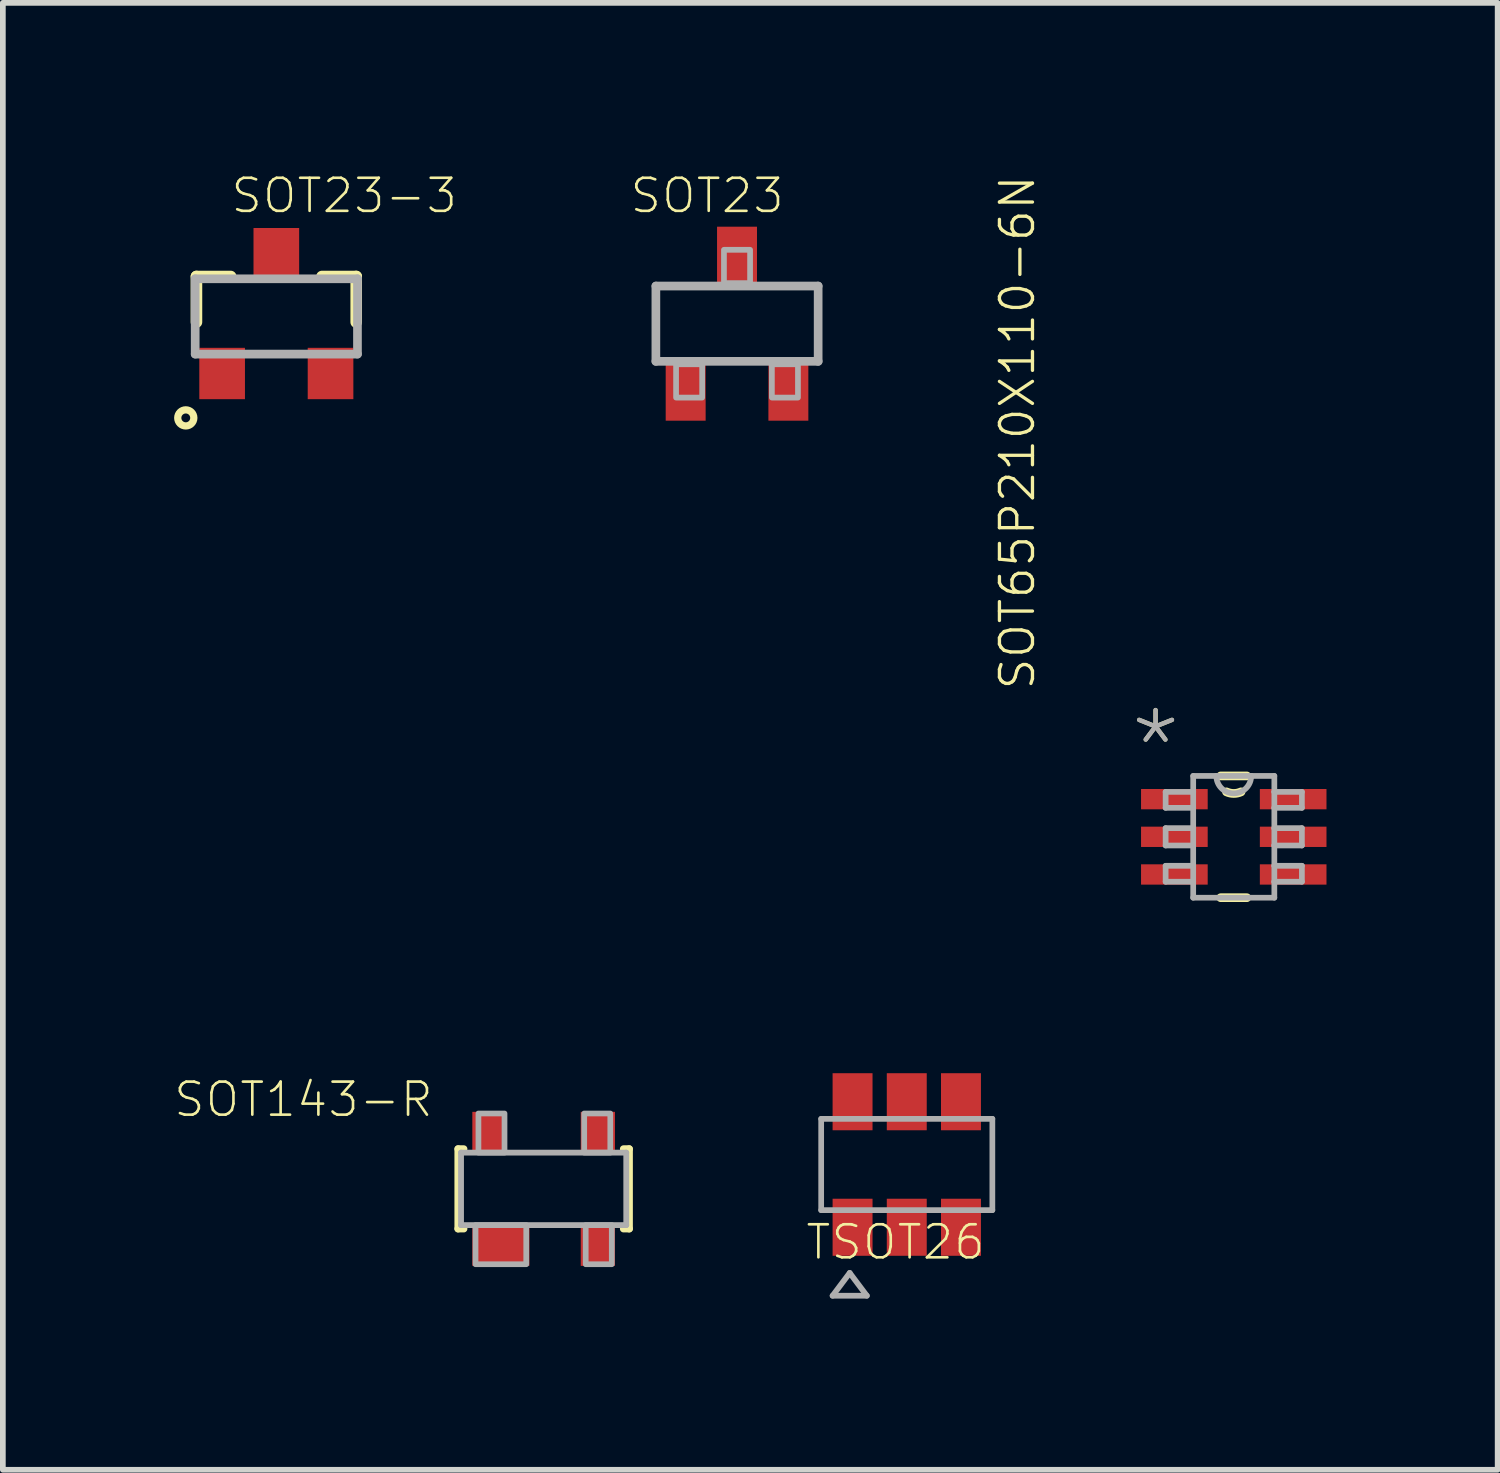
<source format=kicad_pcb>
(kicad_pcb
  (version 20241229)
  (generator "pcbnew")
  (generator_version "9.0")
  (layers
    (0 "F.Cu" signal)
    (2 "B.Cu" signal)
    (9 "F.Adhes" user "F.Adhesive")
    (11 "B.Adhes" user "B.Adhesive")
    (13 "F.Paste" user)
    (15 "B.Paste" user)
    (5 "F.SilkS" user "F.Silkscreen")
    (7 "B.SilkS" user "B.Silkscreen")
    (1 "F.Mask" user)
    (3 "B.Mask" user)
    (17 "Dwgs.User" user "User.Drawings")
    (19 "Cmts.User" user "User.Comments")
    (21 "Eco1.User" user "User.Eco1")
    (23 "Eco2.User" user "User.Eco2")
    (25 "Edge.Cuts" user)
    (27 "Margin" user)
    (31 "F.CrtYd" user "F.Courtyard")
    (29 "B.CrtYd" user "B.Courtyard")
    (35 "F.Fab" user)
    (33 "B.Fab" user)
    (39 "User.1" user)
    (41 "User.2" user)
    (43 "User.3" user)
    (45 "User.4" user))
  (footprint "SOT23"
    (layer "F.Cu")
    (at 9.867 2.623)
    (property "Reference" "SOT23" (at -1.905 -1.905 0) (layer "F.SilkS") (effects (font (size 0.579 0.579) (thickness 0.046)) (justify left bottom)))
    (attr through_hole)
    (fp_line (start -1.422 -0.66) (end 1.422 -0.66) (stroke (width 0.152) (type solid)) (layer "F.Fab"))
    (fp_line (start -1.422 0.66) (end -1.422 -0.66) (stroke (width 0.152) (type solid)) (layer "F.Fab"))
    (fp_line (start 1.422 -0.66) (end 1.422 0.66) (stroke (width 0.152) (type solid)) (layer "F.Fab"))
    (fp_line (start 1.422 0.66) (end -1.422 0.66) (stroke (width 0.152) (type solid)) (layer "F.Fab"))
    (fp_poly (pts (xy -1.068 1.295) (xy -0.611 1.295) (xy -0.611 0.711) (xy -1.068 0.711)) (stroke (width 0.1) (type solid)) (fill no) (layer "F.Fab"))
    (fp_poly (pts (xy -0.229 -0.711) (xy 0.229 -0.711) (xy 0.229 -1.295) (xy -0.229 -1.295)) (stroke (width 0.1) (type solid)) (fill no) (layer "F.Fab"))
    (fp_poly (pts (xy 0.611 1.295) (xy 1.068 1.295) (xy 1.068 0.711) (xy 0.611 0.711)) (stroke (width 0.1) (type solid)) (fill no) (layer "F.Fab"))
    (pad "1" smd rect (at -0.9 1.2) (size 0.7 1) (layers "F.Cu" "F.Mask" "F.Paste"))
    (pad "2" smd rect (at 0.9 1.2) (size 0.7 1) (layers "F.Cu" "F.Mask" "F.Paste"))
    (pad "3" smd rect (at 0 -1.2) (size 0.7 1) (layers "F.Cu" "F.Mask" "F.Paste")))
  (footprint "SOT143-R"
    (layer "F.Cu")
    (at 6.478 17.786)
    (property "Reference" "SOT143-R" (at -1.905 -1.905 180) (layer "F.SilkS") (effects (font (size 0.579 0.579) (thickness 0.046)) (justify right top)))
    (attr through_hole)
    (fp_line (start -1.5 -0.7) (end -1.4 -0.7) (stroke (width 0.127) (type solid)) (layer "F.SilkS"))
    (fp_line (start -1.5 0.7) (end -1.5 -0.7) (stroke (width 0.127) (type solid)) (layer "F.SilkS"))
    (fp_line (start -1.4 0.7) (end -1.5 0.7) (stroke (width 0.127) (type solid)) (layer "F.SilkS"))
    (fp_line (start 1.4 -0.7) (end 1.5 -0.7) (stroke (width 0.127) (type solid)) (layer "F.SilkS"))
    (fp_line (start 1.5 -0.7) (end 1.5 0.7) (stroke (width 0.127) (type solid)) (layer "F.SilkS"))
    (fp_line (start 1.5 0.7) (end 1.4 0.7) (stroke (width 0.127) (type solid)) (layer "F.SilkS"))
    (fp_line (start -1.448 -0.635) (end 1.448 -0.635) (stroke (width 0.102) (type solid)) (layer "F.Fab"))
    (fp_line (start -1.448 0.635) (end -1.448 -0.635) (stroke (width 0.102) (type solid)) (layer "F.Fab"))
    (fp_line (start 1.448 0.635) (end -1.448 0.635) (stroke (width 0.102) (type solid)) (layer "F.Fab"))
    (fp_line (start 1.448 0.635) (end 1.448 -0.635) (stroke (width 0.102) (type solid)) (layer "F.Fab"))
    (fp_poly (pts (xy -1.194 1.321) (xy -0.305 1.321) (xy -0.305 0.635) (xy -1.194 0.635)) (stroke (width 0.1) (type solid)) (fill no) (layer "F.Fab"))
    (fp_poly (pts (xy -1.143 -0.635) (xy -0.686 -0.635) (xy -0.686 -1.321) (xy -1.143 -1.321)) (stroke (width 0.1) (type solid)) (fill no) (layer "F.Fab"))
    (fp_poly (pts (xy 0.711 -0.635) (xy 1.168 -0.635) (xy 1.168 -1.321) (xy 0.711 -1.321)) (stroke (width 0.1) (type solid)) (fill no) (layer "F.Fab"))
    (fp_poly (pts (xy 0.737 1.321) (xy 1.194 1.321) (xy 1.194 0.635) (xy 0.737 0.635)) (stroke (width 0.1) (type solid)) (fill no) (layer "F.Fab"))
    (pad "1" smd rect (at -0.75 1) (size 1 0.7) (layers "F.Cu" "F.Mask" "F.Paste"))
    (pad "2" smd rect (at 0.95 1) (size 0.6 0.7) (layers "F.Cu" "F.Mask" "F.Paste"))
    (pad "3" smd rect (at 0.95 -1) (size 0.6 0.7) (layers "F.Cu" "F.Mask" "F.Paste"))
    (pad "4" smd rect (at -0.95 -1) (size 0.6 0.7) (layers "F.Cu" "F.Mask" "F.Paste")))
  (footprint "SOT65P210X110-6N"
    (layer "F.Cu")
    (at 18.573 11.616)
    (property "Reference" "SOT65P210X110-6N" (at -3.454 -2.54 90) (layer "F.SilkS") (effects (font (size 0.579 0.579) (thickness 0.058)) (justify left bottom)))
    (attr through_hole)
    (fp_line (start -0.229 1.067) (end 0.229 1.067) (stroke (width 0.152) (type solid)) (layer "F.SilkS"))
    (fp_line (start 0.229 -1.067) (end -0.229 -1.067) (stroke (width 0.152) (type solid)) (layer "F.SilkS"))
    (fp_arc (start 0.127 -0.7874) (mid 0 -0.759826) (end -0.127 -0.7874) (stroke (width 0.1524) (type solid)) (layer "F.SilkS"))
    (fp_line (start -1.194 -0.787) (end -1.194 -0.508) (stroke (width 0.1) (type solid)) (layer "F.Fab"))
    (fp_line (start -1.194 -0.508) (end -0.711 -0.508) (stroke (width 0.1) (type solid)) (layer "F.Fab"))
    (fp_line (start -1.194 -0.152) (end -1.194 0.152) (stroke (width 0.1) (type solid)) (layer "F.Fab"))
    (fp_line (start -1.194 0.152) (end -0.711 0.152) (stroke (width 0.1) (type solid)) (layer "F.Fab"))
    (fp_line (start -1.194 0.508) (end -1.194 0.787) (stroke (width 0.1) (type solid)) (layer "F.Fab"))
    (fp_line (start -1.194 0.787) (end -0.711 0.787) (stroke (width 0.1) (type solid)) (layer "F.Fab"))
    (fp_line (start -0.711 -1.067) (end -0.711 -0.787) (stroke (width 0.1) (type solid)) (layer "F.Fab"))
    (fp_line (start -0.711 -0.787) (end -1.194 -0.787) (stroke (width 0.1) (type solid)) (layer "F.Fab"))
    (fp_line (start -0.711 -0.787) (end -0.711 -0.508) (stroke (width 0.1) (type solid)) (layer "F.Fab"))
    (fp_line (start -0.711 -0.508) (end -0.711 -0.152) (stroke (width 0.1) (type solid)) (layer "F.Fab"))
    (fp_line (start -0.711 -0.152) (end -1.194 -0.152) (stroke (width 0.1) (type solid)) (layer "F.Fab"))
    (fp_line (start -0.711 -0.152) (end -0.711 0.152) (stroke (width 0.1) (type solid)) (layer "F.Fab"))
    (fp_line (start -0.711 0.152) (end -0.711 0.508) (stroke (width 0.1) (type solid)) (layer "F.Fab"))
    (fp_line (start -0.711 0.508) (end -1.194 0.508) (stroke (width 0.1) (type solid)) (layer "F.Fab"))
    (fp_line (start -0.711 0.787) (end -0.711 0.508) (stroke (width 0.1) (type solid)) (layer "F.Fab"))
    (fp_line (start -0.711 1.067) (end -0.711 0.787) (stroke (width 0.1) (type solid)) (layer "F.Fab"))
    (fp_line (start -0.711 1.067) (end 0.711 1.067) (stroke (width 0.1) (type solid)) (layer "F.Fab"))
    (fp_line (start -0.305 -1.067) (end -0.711 -1.067) (stroke (width 0.1) (type solid)) (layer "F.Fab"))
    (fp_line (start 0.305 -1.067) (end -0.305 -1.067) (stroke (width 0.1) (type solid)) (layer "F.Fab"))
    (fp_line (start 0.711 -1.067) (end 0.305 -1.067) (stroke (width 0.1) (type solid)) (layer "F.Fab"))
    (fp_line (start 0.711 -1.067) (end 0.711 -0.787) (stroke (width 0.1) (type solid)) (layer "F.Fab"))
    (fp_line (start 0.711 -0.787) (end 0.711 -0.508) (stroke (width 0.1) (type solid)) (layer "F.Fab"))
    (fp_line (start 0.711 -0.508) (end 1.194 -0.508) (stroke (width 0.1) (type solid)) (layer "F.Fab"))
    (fp_line (start 0.711 -0.152) (end 0.711 -0.508) (stroke (width 0.1) (type solid)) (layer "F.Fab"))
    (fp_line (start 0.711 0.152) (end 0.711 -0.152) (stroke (width 0.1) (type solid)) (layer "F.Fab"))
    (fp_line (start 0.711 0.152) (end 1.194 0.152) (stroke (width 0.1) (type solid)) (layer "F.Fab"))
    (fp_line (start 0.711 0.508) (end 0.711 0.152) (stroke (width 0.1) (type solid)) (layer "F.Fab"))
    (fp_line (start 0.711 0.787) (end 0.711 0.508) (stroke (width 0.1) (type solid)) (layer "F.Fab"))
    (fp_line (start 0.711 0.787) (end 1.194 0.787) (stroke (width 0.1) (type solid)) (layer "F.Fab"))
    (fp_line (start 0.711 1.067) (end 0.711 0.787) (stroke (width 0.1) (type solid)) (layer "F.Fab"))
    (fp_line (start 1.194 -0.787) (end 0.711 -0.787) (stroke (width 0.1) (type solid)) (layer "F.Fab"))
    (fp_line (start 1.194 -0.508) (end 1.194 -0.787) (stroke (width 0.1) (type solid)) (layer "F.Fab"))
    (fp_line (start 1.194 -0.152) (end 0.711 -0.152) (stroke (width 0.1) (type solid)) (layer "F.Fab"))
    (fp_line (start 1.194 0.152) (end 1.194 -0.152) (stroke (width 0.1) (type solid)) (layer "F.Fab"))
    (fp_line (start 1.194 0.508) (end 0.711 0.508) (stroke (width 0.1) (type solid)) (layer "F.Fab"))
    (fp_line (start 1.194 0.787) (end 1.194 0.508) (stroke (width 0.1) (type solid)) (layer "F.Fab"))
    (fp_arc (start 0.3048 -1.0668) (mid 0 -0.762) (end -0.3048 -1.0668) (stroke (width 0.1) (type solid)) (layer "F.Fab"))
    (fp_text user "*" (at -1.88 -0.864 0) (layer "F.SilkS") (effects (font (size 1.206 1.206) (thickness 0.076)) (justify left bottom)))
    (fp_text user "*" (at -1.88 -0.864 0) (layer "F.Fab") (effects (font (size 1.206 1.206) (thickness 0.076)) (justify left bottom)))
    (pad "1" smd rect (at -1.041 -0.66) (size 1.168 0.356) (layers "F.Cu" "F.Mask" "F.Paste"))
    (pad "2" smd rect (at -1.041 0) (size 1.168 0.356) (layers "F.Cu" "F.Mask" "F.Paste"))
    (pad "3" smd rect (at -1.041 0.66) (size 1.168 0.356) (layers "F.Cu" "F.Mask" "F.Paste"))
    (pad "4" smd rect (at 1.041 0.66) (size 1.168 0.356) (layers "F.Cu" "F.Mask" "F.Paste"))
    (pad "5" smd rect (at 1.041 0) (size 1.168 0.356) (layers "F.Cu" "F.Mask" "F.Paste"))
    (pad "6" smd rect (at 1.041 -0.66) (size 1.168 0.356) (layers "F.Cu" "F.Mask" "F.Paste")))
  (footprint "SOT23-3"
    (layer "F.Cu")
    (at 1.793 2.496)
    (property "Reference" "SOT23-3" (at -0.826 -1.778 0) (layer "F.SilkS") (effects (font (size 0.579 0.579) (thickness 0.046)) (justify left bottom)))
    (attr through_hole)
    (fp_line (start -1.4 -0.7) (end -1.4 0.1) (stroke (width 0.203) (type solid)) (layer "F.SilkS"))
    (fp_line (start -0.8 -0.7) (end -1.4 -0.7) (stroke (width 0.203) (type solid)) (layer "F.SilkS"))
    (fp_line (start 0.8 -0.7) (end 1.4 -0.7) (stroke (width 0.203) (type solid)) (layer "F.SilkS"))
    (fp_line (start 1.4 -0.7) (end 1.4 0.1) (stroke (width 0.203) (type solid)) (layer "F.SilkS"))
    (fp_circle (center -1.587 1.778) (end -1.446 1.778) (stroke (width 0.127) (type solid)) (fill no) (layer "F.SilkS"))
    (fp_line (start -1.422 -0.66) (end 1.422 -0.66) (stroke (width 0.152) (type solid)) (layer "F.Fab"))
    (fp_line (start -1.422 0.66) (end -1.422 -0.66) (stroke (width 0.152) (type solid)) (layer "F.Fab"))
    (fp_line (start 1.422 -0.66) (end 1.422 0.66) (stroke (width 0.152) (type solid)) (layer "F.Fab"))
    (fp_line (start 1.422 0.66) (end -1.422 0.66) (stroke (width 0.152) (type solid)) (layer "F.Fab"))
    (pad "1" smd rect (at -0.95 1) (size 0.8 0.9) (layers "F.Cu" "F.Mask" "F.Paste"))
    (pad "2" smd rect (at 0.95 1) (size 0.8 0.9) (layers "F.Cu" "F.Mask" "F.Paste"))
    (pad "3" smd rect (at 0 -1.1) (size 0.8 0.9) (layers "F.Cu" "F.Mask" "F.Paste")))
  (footprint "TSOT26"
    (layer "F.Cu")
    (at 12.842 17.359)
    (property "Reference" "TSOT26" (at -1.8 1.7 0) (layer "F.SilkS") (effects (font (size 0.579 0.579) (thickness 0.046)) (justify left bottom)))
    (attr through_hole)
    (fp_line (start -1.5 -0.8) (end 1.5 -0.8) (stroke (width 0.1) (type solid)) (layer "F.Fab"))
    (fp_line (start -1.5 0.8) (end -1.5 -0.8) (stroke (width 0.1) (type solid)) (layer "F.Fab"))
    (fp_line (start -1.3 2.3) (end -0.7 2.3) (stroke (width 0.1) (type solid)) (layer "F.Fab"))
    (fp_line (start -1 1.9) (end -1.3 2.3) (stroke (width 0.1) (type solid)) (layer "F.Fab"))
    (fp_line (start -0.7 2.3) (end -1 1.9) (stroke (width 0.1) (type solid)) (layer "F.Fab"))
    (fp_line (start 1.5 -0.8) (end 1.5 0.8) (stroke (width 0.1) (type solid)) (layer "F.Fab"))
    (fp_line (start 1.5 0.8) (end -1.5 0.8) (stroke (width 0.1) (type solid)) (layer "F.Fab"))
    (pad "1" smd rect (at -0.95 1.1) (size 0.7 1) (layers "F.Cu" "F.Mask" "F.Paste"))
    (pad "2" smd rect (at 0 1.1) (size 0.7 1) (layers "F.Cu" "F.Mask" "F.Paste"))
    (pad "3" smd rect (at 0.95 1.1) (size 0.7 1) (layers "F.Cu" "F.Mask" "F.Paste"))
    (pad "4" smd rect (at 0.95 -1.1) (size 0.7 1) (layers "F.Cu" "F.Mask" "F.Paste"))
    (pad "5" smd rect (at 0 -1.1) (size 0.7 1) (layers "F.Cu" "F.Mask" "F.Paste"))
    (pad "6" smd rect (at -0.95 -1.1) (size 0.7 1) (layers "F.Cu" "F.Mask" "F.Paste")))
  (gr_rect
    (start -3 -3)
    (end 23.198 22.709)
    (stroke (width 0.1) (type default))
    (fill no)
    (layer "Edge.Cuts")))
</source>
